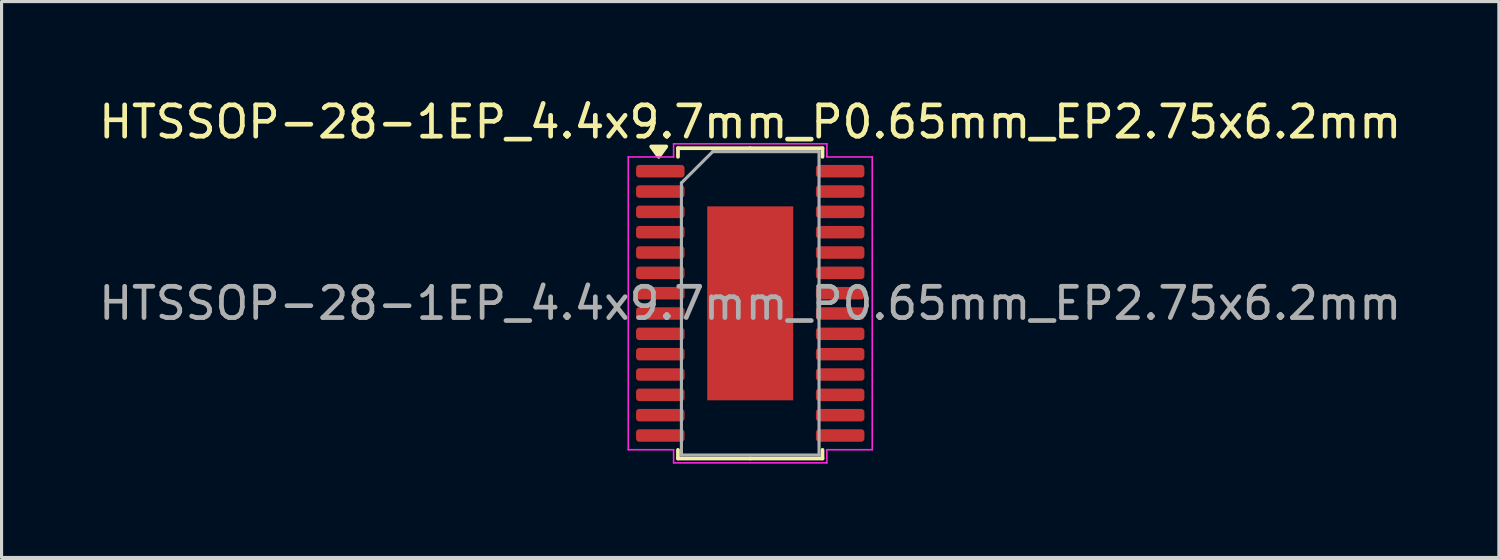
<source format=kicad_pcb>
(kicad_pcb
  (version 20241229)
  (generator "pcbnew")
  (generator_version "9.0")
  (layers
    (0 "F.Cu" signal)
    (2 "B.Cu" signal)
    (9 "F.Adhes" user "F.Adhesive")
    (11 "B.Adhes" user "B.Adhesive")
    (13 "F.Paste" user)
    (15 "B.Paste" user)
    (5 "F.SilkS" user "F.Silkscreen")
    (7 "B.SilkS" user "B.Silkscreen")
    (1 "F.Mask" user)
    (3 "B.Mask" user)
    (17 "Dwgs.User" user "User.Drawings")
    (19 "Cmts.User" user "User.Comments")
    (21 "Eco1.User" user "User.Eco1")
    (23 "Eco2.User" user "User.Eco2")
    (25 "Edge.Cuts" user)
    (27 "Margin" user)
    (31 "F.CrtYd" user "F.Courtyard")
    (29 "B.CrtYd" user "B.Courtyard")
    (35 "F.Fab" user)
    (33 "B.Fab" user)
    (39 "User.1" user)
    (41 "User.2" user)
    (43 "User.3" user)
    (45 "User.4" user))
  (footprint "HTSSOP-28-1EP_4.4x9.7mm_P0.65mm_EP2.75x6.2mm"
    (layer "F.Cu")
    (at 20.935 6.648)
    (property "Reference" "HTSSOP-28-1EP_4.4x9.7mm_P0.65mm_EP2.75x6.2mm" (at 0 -5.8 0) (layer "F.SilkS") (effects (font (size 1 1) (thickness 0.15))))
    (attr smd)
    (fp_line (start -2.31 -4.96) (end -2.31 -4.685) (stroke (width 0.12) (type solid)) (layer "F.SilkS"))
    (fp_line (start -2.31 4.96) (end -2.31 4.685) (stroke (width 0.12) (type solid)) (layer "F.SilkS"))
    (fp_line (start 0 -4.96) (end -2.31 -4.96) (stroke (width 0.12) (type solid)) (layer "F.SilkS"))
    (fp_line (start 0 -4.96) (end 2.31 -4.96) (stroke (width 0.12) (type solid)) (layer "F.SilkS"))
    (fp_line (start 0 4.96) (end -2.31 4.96) (stroke (width 0.12) (type solid)) (layer "F.SilkS"))
    (fp_line (start 0 4.96) (end 2.31 4.96) (stroke (width 0.12) (type solid)) (layer "F.SilkS"))
    (fp_line (start 2.31 -4.96) (end 2.31 -4.685) (stroke (width 0.12) (type solid)) (layer "F.SilkS"))
    (fp_line (start 2.31 4.96) (end 2.31 4.685) (stroke (width 0.12) (type solid)) (layer "F.SilkS"))
    (fp_poly (pts (xy -2.925 -4.685) (xy -3.165 -5.015) (xy -2.685 -5.015)) (stroke (width 0.12) (type solid)) (fill yes) (layer "F.SilkS"))
    (fp_line (start -3.9 -4.68) (end -2.45 -4.68) (stroke (width 0.05) (type solid)) (layer "F.CrtYd"))
    (fp_line (start -3.9 4.68) (end -3.9 -4.68) (stroke (width 0.05) (type solid)) (layer "F.CrtYd"))
    (fp_line (start -2.45 -5.1) (end 2.45 -5.1) (stroke (width 0.05) (type solid)) (layer "F.CrtYd"))
    (fp_line (start -2.45 -4.68) (end -2.45 -5.1) (stroke (width 0.05) (type solid)) (layer "F.CrtYd"))
    (fp_line (start -2.45 4.68) (end -3.9 4.68) (stroke (width 0.05) (type solid)) (layer "F.CrtYd"))
    (fp_line (start -2.45 5.1) (end -2.45 4.68) (stroke (width 0.05) (type solid)) (layer "F.CrtYd"))
    (fp_line (start 2.45 -5.1) (end 2.45 -4.68) (stroke (width 0.05) (type solid)) (layer "F.CrtYd"))
    (fp_line (start 2.45 -4.68) (end 3.9 -4.68) (stroke (width 0.05) (type solid)) (layer "F.CrtYd"))
    (fp_line (start 2.45 4.68) (end 2.45 5.1) (stroke (width 0.05) (type solid)) (layer "F.CrtYd"))
    (fp_line (start 2.45 5.1) (end -2.45 5.1) (stroke (width 0.05) (type solid)) (layer "F.CrtYd"))
    (fp_line (start 3.9 -4.68) (end 3.9 4.68) (stroke (width 0.05) (type solid)) (layer "F.CrtYd"))
    (fp_line (start 3.9 4.68) (end 2.45 4.68) (stroke (width 0.05) (type solid)) (layer "F.CrtYd"))
    (fp_line (start -2.2 -3.85) (end -1.2 -4.85) (stroke (width 0.1) (type solid)) (layer "F.Fab"))
    (fp_line (start -2.2 4.85) (end -2.2 -3.85) (stroke (width 0.1) (type solid)) (layer "F.Fab"))
    (fp_line (start -1.2 -4.85) (end 2.2 -4.85) (stroke (width 0.1) (type solid)) (layer "F.Fab"))
    (fp_line (start 2.2 -4.85) (end 2.2 4.85) (stroke (width 0.1) (type solid)) (layer "F.Fab"))
    (fp_line (start 2.2 4.85) (end -2.2 4.85) (stroke (width 0.1) (type solid)) (layer "F.Fab"))
    (fp_text user "${REFERENCE}" (at 0 0 0) (layer "F.Fab") (effects (font (size 1 1) (thickness 0.15))))
    (pad "" smd roundrect (at 0 0) (size 2.22 5) (layers "F.Paste") (roundrect_rratio 0.113))
    (pad "1" smd roundrect (at -2.875 -4.225) (size 1.55 0.4) (layers "F.Cu" "F.Mask" "F.Paste") (roundrect_rratio 0.25))
    (pad "2" smd roundrect (at -2.875 -3.575) (size 1.55 0.4) (layers "F.Cu" "F.Mask" "F.Paste") (roundrect_rratio 0.25))
    (pad "3" smd roundrect (at -2.875 -2.925) (size 1.55 0.4) (layers "F.Cu" "F.Mask" "F.Paste") (roundrect_rratio 0.25))
    (pad "4" smd roundrect (at -2.875 -2.275) (size 1.55 0.4) (layers "F.Cu" "F.Mask" "F.Paste") (roundrect_rratio 0.25))
    (pad "5" smd roundrect (at -2.875 -1.625) (size 1.55 0.4) (layers "F.Cu" "F.Mask" "F.Paste") (roundrect_rratio 0.25))
    (pad "6" smd roundrect (at -2.875 -0.975) (size 1.55 0.4) (layers "F.Cu" "F.Mask" "F.Paste") (roundrect_rratio 0.25))
    (pad "7" smd roundrect (at -2.875 -0.325) (size 1.55 0.4) (layers "F.Cu" "F.Mask" "F.Paste") (roundrect_rratio 0.25))
    (pad "8" smd roundrect (at -2.875 0.325) (size 1.55 0.4) (layers "F.Cu" "F.Mask" "F.Paste") (roundrect_rratio 0.25))
    (pad "9" smd roundrect (at -2.875 0.975) (size 1.55 0.4) (layers "F.Cu" "F.Mask" "F.Paste") (roundrect_rratio 0.25))
    (pad "10" smd roundrect (at -2.875 1.625) (size 1.55 0.4) (layers "F.Cu" "F.Mask" "F.Paste") (roundrect_rratio 0.25))
    (pad "11" smd roundrect (at -2.875 2.275) (size 1.55 0.4) (layers "F.Cu" "F.Mask" "F.Paste") (roundrect_rratio 0.25))
    (pad "12" smd roundrect (at -2.875 2.925) (size 1.55 0.4) (layers "F.Cu" "F.Mask" "F.Paste") (roundrect_rratio 0.25))
    (pad "13" smd roundrect (at -2.875 3.575) (size 1.55 0.4) (layers "F.Cu" "F.Mask" "F.Paste") (roundrect_rratio 0.25))
    (pad "14" smd roundrect (at -2.875 4.225) (size 1.55 0.4) (layers "F.Cu" "F.Mask" "F.Paste") (roundrect_rratio 0.25))
    (pad "15" smd roundrect (at 2.875 4.225) (size 1.55 0.4) (layers "F.Cu" "F.Mask" "F.Paste") (roundrect_rratio 0.25))
    (pad "16" smd roundrect (at 2.875 3.575) (size 1.55 0.4) (layers "F.Cu" "F.Mask" "F.Paste") (roundrect_rratio 0.25))
    (pad "17" smd roundrect (at 2.875 2.925) (size 1.55 0.4) (layers "F.Cu" "F.Mask" "F.Paste") (roundrect_rratio 0.25))
    (pad "18" smd roundrect (at 2.875 2.275) (size 1.55 0.4) (layers "F.Cu" "F.Mask" "F.Paste") (roundrect_rratio 0.25))
    (pad "19" smd roundrect (at 2.875 1.625) (size 1.55 0.4) (layers "F.Cu" "F.Mask" "F.Paste") (roundrect_rratio 0.25))
    (pad "20" smd roundrect (at 2.875 0.975) (size 1.55 0.4) (layers "F.Cu" "F.Mask" "F.Paste") (roundrect_rratio 0.25))
    (pad "21" smd roundrect (at 2.875 0.325) (size 1.55 0.4) (layers "F.Cu" "F.Mask" "F.Paste") (roundrect_rratio 0.25))
    (pad "22" smd roundrect (at 2.875 -0.325) (size 1.55 0.4) (layers "F.Cu" "F.Mask" "F.Paste") (roundrect_rratio 0.25))
    (pad "23" smd roundrect (at 2.875 -0.975) (size 1.55 0.4) (layers "F.Cu" "F.Mask" "F.Paste") (roundrect_rratio 0.25))
    (pad "24" smd roundrect (at 2.875 -1.625) (size 1.55 0.4) (layers "F.Cu" "F.Mask" "F.Paste") (roundrect_rratio 0.25))
    (pad "25" smd roundrect (at 2.875 -2.275) (size 1.55 0.4) (layers "F.Cu" "F.Mask" "F.Paste") (roundrect_rratio 0.25))
    (pad "26" smd roundrect (at 2.875 -2.925) (size 1.55 0.4) (layers "F.Cu" "F.Mask" "F.Paste") (roundrect_rratio 0.25))
    (pad "27" smd roundrect (at 2.875 -3.575) (size 1.55 0.4) (layers "F.Cu" "F.Mask" "F.Paste") (roundrect_rratio 0.25))
    (pad "28" smd roundrect (at 2.875 -4.225) (size 1.55 0.4) (layers "F.Cu" "F.Mask" "F.Paste") (roundrect_rratio 0.25))
    (pad "29" smd rect (at 0 0) (size 2.75 6.2) (property pad_prop_heatsink) (layers "F.Cu" "F.Mask")))
  (gr_rect
    (start -3 -3)
    (end 44.869 14.773)
    (stroke (width 0.1) (type default))
    (fill no)
    (layer "Edge.Cuts")))
</source>
